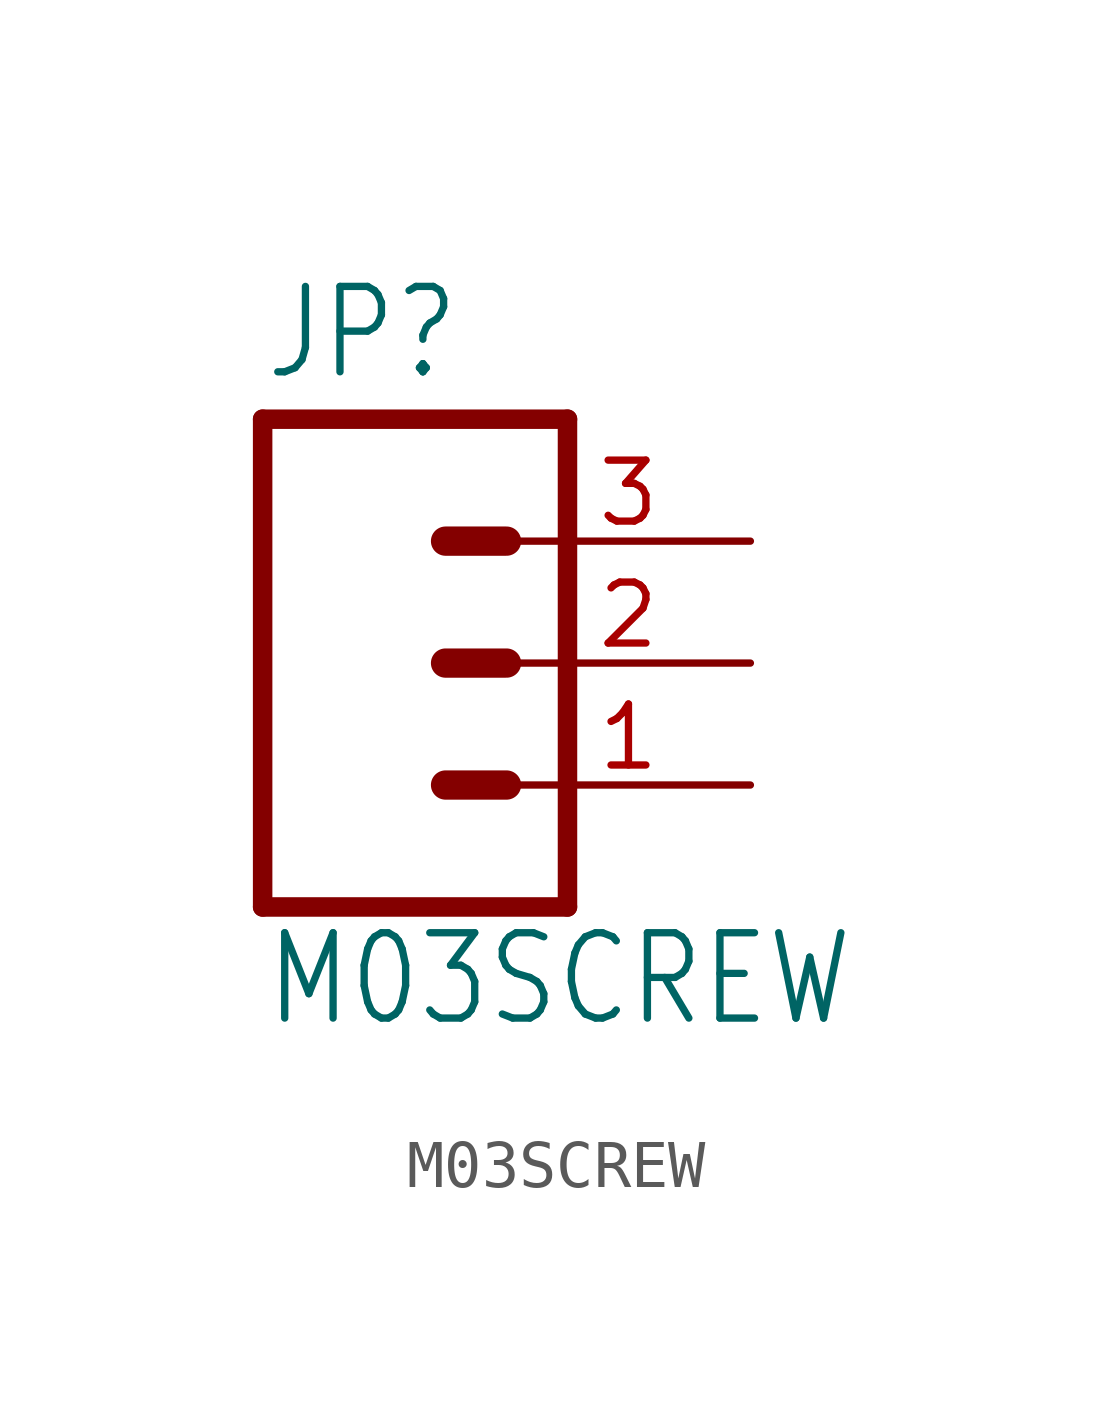
<source format=kicad_sym>
(kicad_symbol_lib
  (version 20211014)
  (generator kicad_symbol_editor)
  (symbol "M03SCREW"
    (property "Reference" "JP"
      (at -2.54 5.842 0)
      (effects (font (size 1.778 1.511)) (justify left bottom)))
    (property "Value" "M03SCREW"
      (at -2.54 -7.62 0)
      (effects (font (size 1.778 1.511)) (justify left bottom)))
    (property "ki_locked" ""
      (at 0 0 0)
      (effects (font (size 1.27 1.27))))
    (symbol "M03SCREW_1_0"
      (polyline (pts (xy -2.54 5.08) (xy -2.54 -5.08)) (stroke (width 0.406) (type default) (color 0 0 0 0)) (fill (type none)))
      (polyline (pts (xy -2.54 5.08) (xy 3.81 5.08)) (stroke (width 0.406) (type default) (color 0 0 0 0)) (fill (type none)))
      (polyline (pts (xy 1.27 -2.54) (xy 2.54 -2.54)) (stroke (width 0.61) (type default) (color 0 0 0 0)) (fill (type none)))
      (polyline (pts (xy 1.27 0) (xy 2.54 0)) (stroke (width 0.61) (type default) (color 0 0 0 0)) (fill (type none)))
      (polyline (pts (xy 1.27 2.54) (xy 2.54 2.54)) (stroke (width 0.61) (type default) (color 0 0 0 0)) (fill (type none)))
      (polyline (pts (xy 3.81 -5.08) (xy -2.54 -5.08)) (stroke (width 0.406) (type default) (color 0 0 0 0)) (fill (type none)))
      (polyline (pts (xy 3.81 -5.08) (xy 3.81 5.08)) (stroke (width 0.406) (type default) (color 0 0 0 0)) (fill (type none)))
      (pin passive line (at 7.62 -2.54 180) (length 5.08) (name "1" (effects (font (size 0 0)))) (number "1" (effects (font (size 1.27 1.27)))))
      (pin passive line (at 7.62 0 180) (length 5.08) (name "2" (effects (font (size 0 0)))) (number "2" (effects (font (size 1.27 1.27)))))
      (pin passive line (at 7.62 2.54 180) (length 5.08) (name "3" (effects (font (size 0 0)))) (number "3" (effects (font (size 1.27 1.27))))))))
</source>
